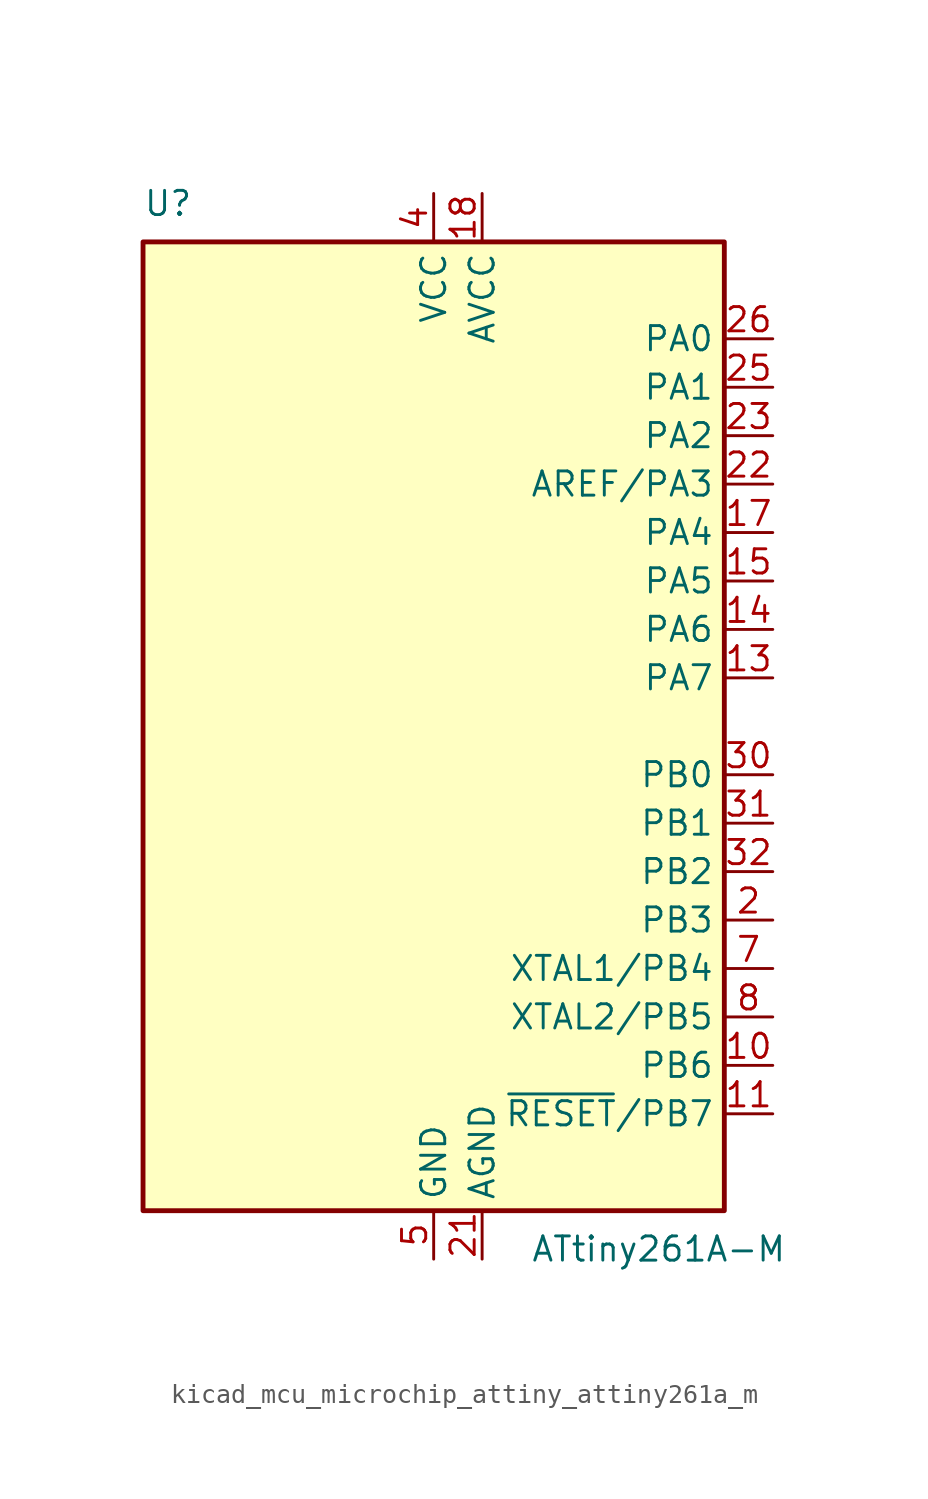
<source format=kicad_sym>
(kicad_symbol_lib
  (version 20220914)
  (generator kicad_symbol_editor)
  (symbol "kicad_mcu_microchip_attiny_attiny261a_m"
    (property "Reference" "U"
      (at -15.24 26.67 0)
      (effects (font (size 1.27 1.27)) (justify left bottom)))
    (property "Value" "ATtiny261A-M"
      (at 5.08 -26.67 0)
      (effects (font (size 1.27 1.27)) (justify left top)))
    (symbol "kicad_mcu_microchip_attiny_attiny261a_m_0_1"
      (rectangle (start -15.24 -25.4) (end 15.24 25.4) (stroke (width 0.254) (type default)) (fill (type background))))
    (symbol "kicad_mcu_microchip_attiny_attiny261a_m_1_1"
      (pin no_connect line (at -15.24 5.08 0) (length 2.54) hide (name "NC" (effects (font (size 1.27 1.27)))) (number "1" (effects (font (size 1.27 1.27)))))
      (pin bidirectional line (at 17.78 -17.78 180) (length 2.54) (name "PB6" (effects (font (size 1.27 1.27)))) (number "10" (effects (font (size 1.27 1.27)))))
      (pin bidirectional line (at 17.78 -20.32 180) (length 2.54) (name "~{RESET}/PB7" (effects (font (size 1.27 1.27)))) (number "11" (effects (font (size 1.27 1.27)))))
      (pin no_connect line (at -15.24 -5.08 0) (length 2.54) hide (name "NC" (effects (font (size 1.27 1.27)))) (number "12" (effects (font (size 1.27 1.27)))))
      (pin bidirectional line (at 17.78 2.54 180) (length 2.54) (name "PA7" (effects (font (size 1.27 1.27)))) (number "13" (effects (font (size 1.27 1.27)))))
      (pin bidirectional line (at 17.78 5.08 180) (length 2.54) (name "PA6" (effects (font (size 1.27 1.27)))) (number "14" (effects (font (size 1.27 1.27)))))
      (pin bidirectional line (at 17.78 7.62 180) (length 2.54) (name "PA5" (effects (font (size 1.27 1.27)))) (number "15" (effects (font (size 1.27 1.27)))))
      (pin no_connect line (at -15.24 -7.62 0) (length 2.54) hide (name "NC" (effects (font (size 1.27 1.27)))) (number "16" (effects (font (size 1.27 1.27)))))
      (pin bidirectional line (at 17.78 10.16 180) (length 2.54) (name "PA4" (effects (font (size 1.27 1.27)))) (number "17" (effects (font (size 1.27 1.27)))))
      (pin power_in line (at 2.54 27.94 270) (length 2.54) (name "AVCC" (effects (font (size 1.27 1.27)))) (number "18" (effects (font (size 1.27 1.27)))))
      (pin no_connect line (at -15.24 -10.16 0) (length 2.54) hide (name "NC" (effects (font (size 1.27 1.27)))) (number "19" (effects (font (size 1.27 1.27)))))
      (pin bidirectional line (at 17.78 -10.16 180) (length 2.54) (name "PB3" (effects (font (size 1.27 1.27)))) (number "2" (effects (font (size 1.27 1.27)))))
      (pin no_connect line (at -15.24 -12.7 0) (length 2.54) hide (name "NC" (effects (font (size 1.27 1.27)))) (number "20" (effects (font (size 1.27 1.27)))))
      (pin power_in line (at 2.54 -27.94 90) (length 2.54) (name "AGND" (effects (font (size 1.27 1.27)))) (number "21" (effects (font (size 1.27 1.27)))))
      (pin bidirectional line (at 17.78 12.7 180) (length 2.54) (name "AREF/PA3" (effects (font (size 1.27 1.27)))) (number "22" (effects (font (size 1.27 1.27)))))
      (pin bidirectional line (at 17.78 15.24 180) (length 2.54) (name "PA2" (effects (font (size 1.27 1.27)))) (number "23" (effects (font (size 1.27 1.27)))))
      (pin no_connect line (at -15.24 -15.24 0) (length 2.54) hide (name "NC" (effects (font (size 1.27 1.27)))) (number "24" (effects (font (size 1.27 1.27)))))
      (pin bidirectional line (at 17.78 17.78 180) (length 2.54) (name "PA1" (effects (font (size 1.27 1.27)))) (number "25" (effects (font (size 1.27 1.27)))))
      (pin bidirectional line (at 17.78 20.32 180) (length 2.54) (name "PA0" (effects (font (size 1.27 1.27)))) (number "26" (effects (font (size 1.27 1.27)))))
      (pin no_connect line (at -15.24 -17.78 0) (length 2.54) hide (name "NC" (effects (font (size 1.27 1.27)))) (number "27" (effects (font (size 1.27 1.27)))))
      (pin no_connect line (at -15.24 -20.32 0) (length 2.54) hide (name "NC" (effects (font (size 1.27 1.27)))) (number "28" (effects (font (size 1.27 1.27)))))
      (pin no_connect line (at -15.24 -22.86 0) (length 2.54) hide (name "NC" (effects (font (size 1.27 1.27)))) (number "29" (effects (font (size 1.27 1.27)))))
      (pin no_connect line (at -15.24 2.54 0) (length 2.54) hide (name "NC" (effects (font (size 1.27 1.27)))) (number "3" (effects (font (size 1.27 1.27)))))
      (pin bidirectional line (at 17.78 -2.54 180) (length 2.54) (name "PB0" (effects (font (size 1.27 1.27)))) (number "30" (effects (font (size 1.27 1.27)))))
      (pin bidirectional line (at 17.78 -5.08 180) (length 2.54) (name "PB1" (effects (font (size 1.27 1.27)))) (number "31" (effects (font (size 1.27 1.27)))))
      (pin bidirectional line (at 17.78 -7.62 180) (length 2.54) (name "PB2" (effects (font (size 1.27 1.27)))) (number "32" (effects (font (size 1.27 1.27)))))
      (pin passive line (at 0 -27.94 90) (length 2.54) hide (name "GND" (effects (font (size 1.27 1.27)))) (number "33" (effects (font (size 1.27 1.27)))))
      (pin power_in line (at 0 27.94 270) (length 2.54) (name "VCC" (effects (font (size 1.27 1.27)))) (number "4" (effects (font (size 1.27 1.27)))))
      (pin power_in line (at 0 -27.94 90) (length 2.54) (name "GND" (effects (font (size 1.27 1.27)))) (number "5" (effects (font (size 1.27 1.27)))))
      (pin no_connect line (at -15.24 0 0) (length 2.54) hide (name "NC" (effects (font (size 1.27 1.27)))) (number "6" (effects (font (size 1.27 1.27)))))
      (pin bidirectional line (at 17.78 -12.7 180) (length 2.54) (name "XTAL1/PB4" (effects (font (size 1.27 1.27)))) (number "7" (effects (font (size 1.27 1.27)))))
      (pin bidirectional line (at 17.78 -15.24 180) (length 2.54) (name "XTAL2/PB5" (effects (font (size 1.27 1.27)))) (number "8" (effects (font (size 1.27 1.27)))))
      (pin no_connect line (at -15.24 -2.54 0) (length 2.54) hide (name "NC" (effects (font (size 1.27 1.27)))) (number "9" (effects (font (size 1.27 1.27))))))))
</source>
